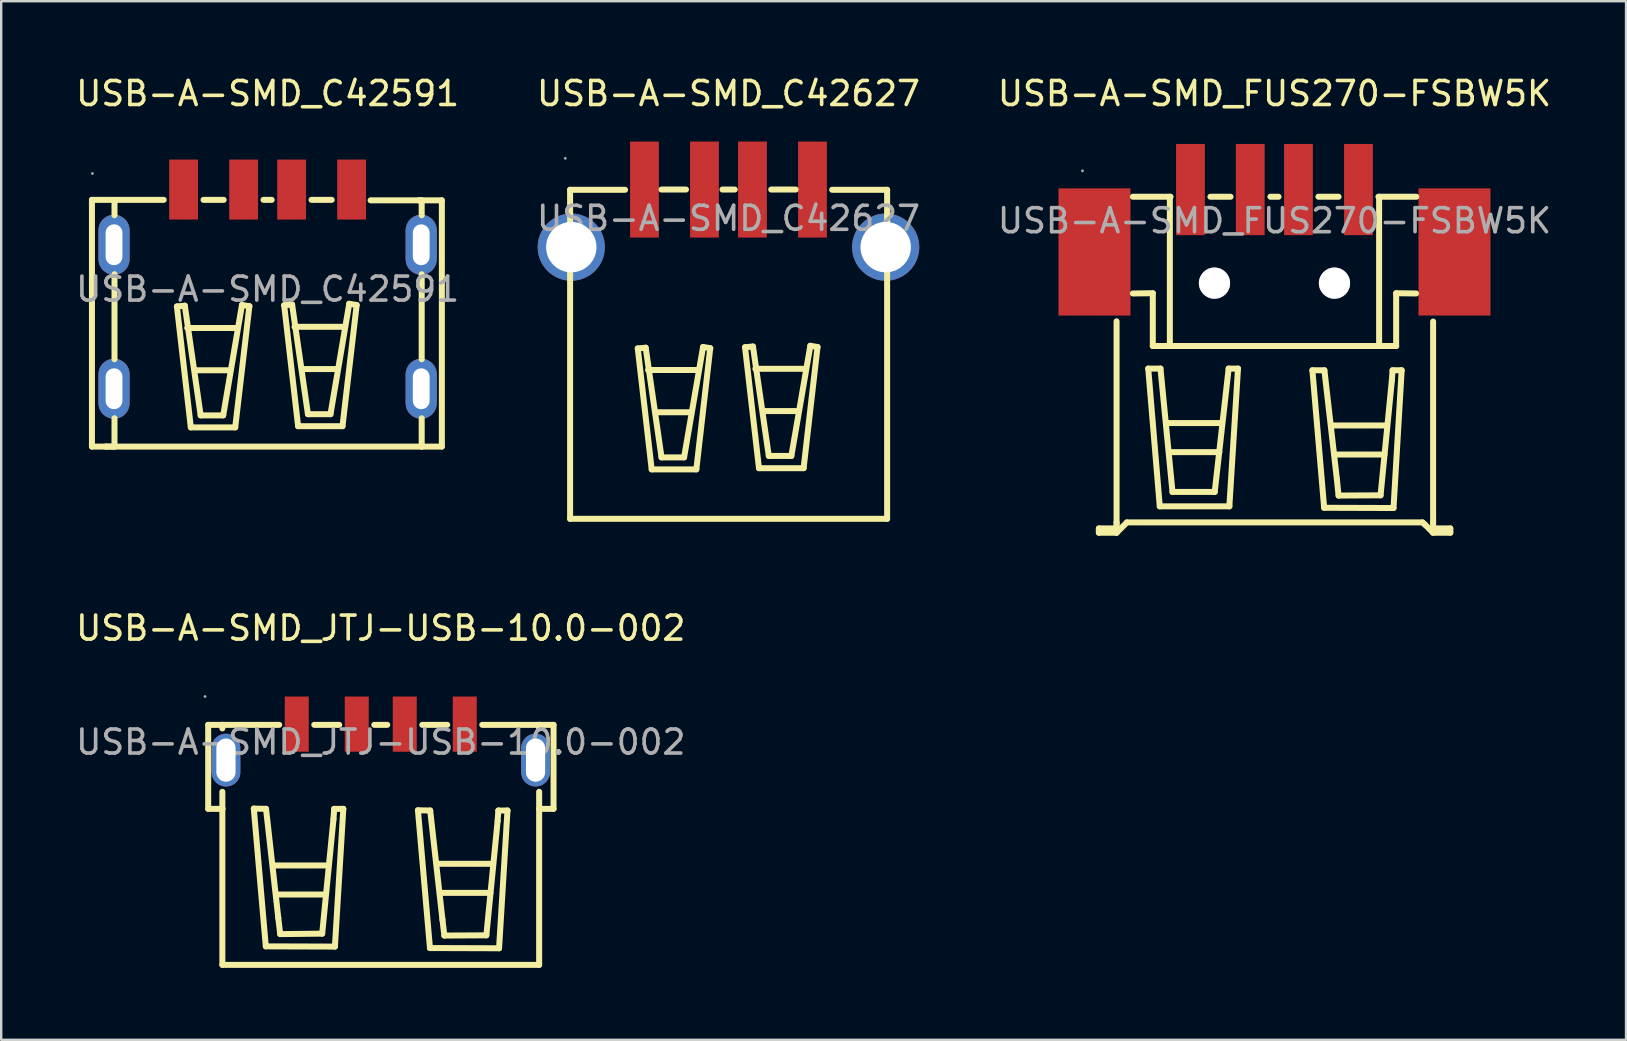
<source format=kicad_pcb>
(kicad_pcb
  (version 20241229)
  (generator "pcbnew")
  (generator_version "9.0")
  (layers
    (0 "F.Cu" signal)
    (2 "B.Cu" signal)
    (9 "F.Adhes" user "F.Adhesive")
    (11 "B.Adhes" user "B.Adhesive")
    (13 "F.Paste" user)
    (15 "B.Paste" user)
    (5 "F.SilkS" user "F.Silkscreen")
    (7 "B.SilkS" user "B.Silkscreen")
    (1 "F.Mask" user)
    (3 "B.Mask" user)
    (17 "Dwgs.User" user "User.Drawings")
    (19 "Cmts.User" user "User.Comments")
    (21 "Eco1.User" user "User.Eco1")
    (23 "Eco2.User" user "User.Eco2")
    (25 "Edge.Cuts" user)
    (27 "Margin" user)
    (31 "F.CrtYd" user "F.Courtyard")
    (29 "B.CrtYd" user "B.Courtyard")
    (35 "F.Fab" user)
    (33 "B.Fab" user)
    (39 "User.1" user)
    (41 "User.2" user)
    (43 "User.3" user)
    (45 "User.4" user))
  (footprint "USB-A-SMD_FUS270-FSBW5K"
    (layer "F.Cu")
    (at 50.054 6.148)
    (property "Reference" "USB-A-SMD_FUS270-FSBW5K" (at 0 -5.3 0) (layer "F.SilkS") (effects (font (size 1 1) (thickness 0.15))))
    (attr through_hole)
    (fp_line (start -7.32 12.82) (end -7.32 13) (stroke (width 0.25) (type solid)) (layer "F.SilkS"))
    (fp_line (start -7.31 12.82) (end -6.58 12.82) (stroke (width 0.25) (type solid)) (layer "F.SilkS"))
    (fp_line (start -7.31 13) (end -6.58 13) (stroke (width 0.25) (type solid)) (layer "F.SilkS"))
    (fp_line (start -6.58 4.19) (end -6.58 12.62) (stroke (width 0.25) (type solid)) (layer "F.SilkS"))
    (fp_line (start -6.58 12.82) (end -6.58 12.57) (stroke (width 0.25) (type solid)) (layer "F.SilkS"))
    (fp_line (start -6.58 13) (end -6.58 12.75) (stroke (width 0.25) (type solid)) (layer "F.SilkS"))
    (fp_line (start -6.15 12.57) (end -6.58 13) (stroke (width 0.25) (type solid)) (layer "F.SilkS"))
    (fp_line (start -5.9 3.03) (end -5.07 3.02) (stroke (width 0.25) (type solid)) (layer "F.SilkS"))
    (fp_line (start -5.26 6.16) (end -4.75 6.16) (stroke (width 0.25) (type solid)) (layer "F.SilkS"))
    (fp_line (start -5.07 3.02) (end -5.07 5.22) (stroke (width 0.25) (type solid)) (layer "F.SilkS"))
    (fp_line (start -5.07 5.22) (end 5.07 5.22) (stroke (width 0.25) (type solid)) (layer "F.SilkS"))
    (fp_line (start -4.78 11.9) (end -5.26 6.16) (stroke (width 0.25) (type solid)) (layer "F.SilkS"))
    (fp_line (start -4.75 6.16) (end -4.25 11.3) (stroke (width 0.25) (type solid)) (layer "F.SilkS"))
    (fp_line (start -4.47 8.43) (end -2.21 8.43) (stroke (width 0.25) (type solid)) (layer "F.SilkS"))
    (fp_line (start -4.36 5.21) (end -4.36 -1) (stroke (width 0.25) (type solid)) (layer "F.SilkS"))
    (fp_line (start -4.33 -1) (end -5.9 -1) (stroke (width 0.25) (type solid)) (layer "F.SilkS"))
    (fp_line (start -4.33 9.64) (end -2.3 9.64) (stroke (width 0.25) (type solid)) (layer "F.SilkS"))
    (fp_line (start -4.25 11.3) (end -2.49 11.3) (stroke (width 0.25) (type solid)) (layer "F.SilkS"))
    (fp_line (start -2.67 -1) (end -1.83 -1) (stroke (width 0.25) (type solid)) (layer "F.SilkS"))
    (fp_line (start -2.49 11.3) (end -1.91 6.16) (stroke (width 0.25) (type solid)) (layer "F.SilkS"))
    (fp_line (start -1.91 6.16) (end -1.52 6.16) (stroke (width 0.25) (type solid)) (layer "F.SilkS"))
    (fp_line (start -1.88 11.9) (end -4.78 11.9) (stroke (width 0.25) (type solid)) (layer "F.SilkS"))
    (fp_line (start -1.52 6.16) (end -1.88 11.9) (stroke (width 0.25) (type solid)) (layer "F.SilkS"))
    (fp_line (start -0.17 -1) (end 0.17 -1) (stroke (width 0.25) (type solid)) (layer "F.SilkS"))
    (fp_line (start 1.58 6.23) (end 2.08 6.23) (stroke (width 0.25) (type solid)) (layer "F.SilkS"))
    (fp_line (start 1.83 -1) (end 2.67 -1) (stroke (width 0.25) (type solid)) (layer "F.SilkS"))
    (fp_line (start 2.07 11.96) (end 1.58 6.23) (stroke (width 0.25) (type solid)) (layer "F.SilkS"))
    (fp_line (start 2.08 6.23) (end 2.6 10.77) (stroke (width 0.25) (type solid)) (layer "F.SilkS"))
    (fp_line (start 2.41 8.53) (end 4.67 8.53) (stroke (width 0.25) (type solid)) (layer "F.SilkS"))
    (fp_line (start 2.55 9.74) (end 4.58 9.74) (stroke (width 0.25) (type solid)) (layer "F.SilkS"))
    (fp_line (start 2.6 10.77) (end 2.67 11.45) (stroke (width 0.25) (type solid)) (layer "F.SilkS"))
    (fp_line (start 2.67 11.45) (end 4.42 11.44) (stroke (width 0.25) (type solid)) (layer "F.SilkS"))
    (fp_line (start 4.33 -1) (end 5.91 -1) (stroke (width 0.25) (type solid)) (layer "F.SilkS"))
    (fp_line (start 4.36 5.22) (end 4.36 -1) (stroke (width 0.25) (type solid)) (layer "F.SilkS"))
    (fp_line (start 4.42 11.44) (end 4.89 6.66) (stroke (width 0.25) (type solid)) (layer "F.SilkS"))
    (fp_line (start 4.89 6.66) (end 4.92 6.23) (stroke (width 0.25) (type solid)) (layer "F.SilkS"))
    (fp_line (start 4.92 6.23) (end 5.3 6.23) (stroke (width 0.25) (type solid)) (layer "F.SilkS"))
    (fp_line (start 4.96 11.97) (end 2.07 11.96) (stroke (width 0.25) (type solid)) (layer "F.SilkS"))
    (fp_line (start 5.07 3.02) (end 5.9 3.03) (stroke (width 0.25) (type solid)) (layer "F.SilkS"))
    (fp_line (start 5.07 5.22) (end 5.07 3.02) (stroke (width 0.25) (type solid)) (layer "F.SilkS"))
    (fp_line (start 5.3 6.23) (end 4.96 11.97) (stroke (width 0.25) (type solid)) (layer "F.SilkS"))
    (fp_line (start 6.17 12.57) (end -6.15 12.57) (stroke (width 0.25) (type solid)) (layer "F.SilkS"))
    (fp_line (start 6.17 12.57) (end 6.27 12.66) (stroke (width 0.25) (type solid)) (layer "F.SilkS"))
    (fp_line (start 6.27 12.66) (end 6.6 12.99) (stroke (width 0.25) (type solid)) (layer "F.SilkS"))
    (fp_line (start 6.61 12.57) (end 6.61 4.2) (stroke (width 0.25) (type solid)) (layer "F.SilkS"))
    (fp_line (start 6.61 12.82) (end 6.61 12.57) (stroke (width 0.25) (type solid)) (layer "F.SilkS"))
    (fp_line (start 6.61 13) (end 6.61 12.75) (stroke (width 0.25) (type solid)) (layer "F.SilkS"))
    (fp_line (start 7.32 12.82) (end 6.61 12.82) (stroke (width 0.25) (type solid)) (layer "F.SilkS"))
    (fp_line (start 7.32 13) (end 6.61 13) (stroke (width 0.25) (type solid)) (layer "F.SilkS"))
    (fp_line (start 7.33 12.82) (end 7.33 13) (stroke (width 0.25) (type solid)) (layer "F.SilkS"))
    (fp_circle (center -8 -2.08) (end -7.97 -2.08) (stroke (width 0.06) (type solid)) (fill no) (layer "F.Fab"))
    (fp_text user "${REFERENCE}" (at 0 0 0) (layer "F.Fab") (effects (font (size 1 1) (thickness 0.15))))
    (pad "" thru_hole circle (at -2.5 2.6) (size 1.3 1.3) (drill 1.3) (layers "*.Cu" "*.Mask"))
    (pad "" thru_hole circle (at 2.5 2.6) (size 1.3 1.3) (drill 1.3) (layers "*.Cu" "*.Mask"))
    (pad "1" smd rect (at -3.5 -1.3) (size 1.2 3.8) (layers "F.Cu" "F.Mask" "F.Paste"))
    (pad "2" smd rect (at -1.01 -1.3) (size 1.2 3.8) (layers "F.Cu" "F.Mask" "F.Paste"))
    (pad "3" smd rect (at 1 -1.3) (size 1.2 3.8) (layers "F.Cu" "F.Mask" "F.Paste"))
    (pad "4" smd rect (at 3.5 -1.3) (size 1.2 3.8) (layers "F.Cu" "F.Mask" "F.Paste"))
    (pad "5" smd rect (at -7.5 1.3) (size 3 5.3) (layers "F.Cu" "F.Mask" "F.Paste"))
    (pad "5" smd rect (at 7.5 1.3) (size 3 5.3) (layers "F.Cu" "F.Mask" "F.Paste")))
  (footprint "USB-A-SMD_C42591"
    (layer "F.Cu")
    (at 8.101 8.998)
    (property "Reference" "USB-A-SMD_C42591" (at 0 -8.15 0) (layer "F.SilkS") (effects (font (size 1 1) (thickness 0.15))))
    (attr through_hole)
    (fp_line (start -7.32 -3.72) (end -7.32 6.49) (stroke (width 0.25) (type solid)) (layer "F.SilkS"))
    (fp_line (start -7.32 -3.72) (end -4.33 -3.72) (stroke (width 0.25) (type solid)) (layer "F.SilkS"))
    (fp_line (start -7.32 6.49) (end -7.32 6.56) (stroke (width 0.25) (type solid)) (layer "F.SilkS"))
    (fp_line (start -7.32 6.56) (end -6.74 6.56) (stroke (width 0.25) (type solid)) (layer "F.SilkS"))
    (fp_line (start -6.74 6.56) (end -6.38 6.56) (stroke (width 0.25) (type solid)) (layer "F.SilkS"))
    (fp_line (start -6.38 -3.08) (end -6.38 -3.72) (stroke (width 0.25) (type solid)) (layer "F.SilkS"))
    (fp_line (start -6.38 2.92) (end -6.38 -0.62) (stroke (width 0.25) (type solid)) (layer "F.SilkS"))
    (fp_line (start -6.38 6.56) (end -6.38 5.38) (stroke (width 0.25) (type solid)) (layer "F.SilkS"))
    (fp_line (start -3.78 0.72) (end -3.2 5.76) (stroke (width 0.25) (type solid)) (layer "F.SilkS"))
    (fp_line (start -3.45 0.69) (end -3.78 0.72) (stroke (width 0.25) (type solid)) (layer "F.SilkS"))
    (fp_line (start -3.35 1.62) (end -1.27 1.62) (stroke (width 0.25) (type solid)) (layer "F.SilkS"))
    (fp_line (start -3.2 5.76) (end -1.35 5.76) (stroke (width 0.25) (type solid)) (layer "F.SilkS"))
    (fp_line (start -3.02 3.38) (end -1.57 3.38) (stroke (width 0.25) (type solid)) (layer "F.SilkS"))
    (fp_line (start -2.79 5.26) (end -3.45 0.69) (stroke (width 0.25) (type solid)) (layer "F.SilkS"))
    (fp_line (start -2.67 -3.72) (end -1.83 -3.72) (stroke (width 0.25) (type solid)) (layer "F.SilkS"))
    (fp_line (start -1.85 5.26) (end -2.79 5.26) (stroke (width 0.25) (type solid)) (layer "F.SilkS"))
    (fp_line (start -1.35 5.76) (end -0.76 0.71) (stroke (width 0.25) (type solid)) (layer "F.SilkS"))
    (fp_line (start -1.07 0.66) (end -1.85 5.26) (stroke (width 0.25) (type solid)) (layer "F.SilkS"))
    (fp_line (start -0.76 0.71) (end -1.07 0.66) (stroke (width 0.25) (type solid)) (layer "F.SilkS"))
    (fp_line (start -0.17 -3.72) (end 0.17 -3.72) (stroke (width 0.25) (type solid)) (layer "F.SilkS"))
    (fp_line (start 0.69 0.67) (end 1.02 0.64) (stroke (width 0.25) (type solid)) (layer "F.SilkS"))
    (fp_line (start 1.02 0.64) (end 1.68 5.21) (stroke (width 0.25) (type solid)) (layer "F.SilkS"))
    (fp_line (start 1.12 1.57) (end 3.2 1.57) (stroke (width 0.25) (type solid)) (layer "F.SilkS"))
    (fp_line (start 1.27 5.71) (end 0.69 0.67) (stroke (width 0.25) (type solid)) (layer "F.SilkS"))
    (fp_line (start 1.45 3.33) (end 2.9 3.33) (stroke (width 0.25) (type solid)) (layer "F.SilkS"))
    (fp_line (start 1.68 5.21) (end 2.62 5.21) (stroke (width 0.25) (type solid)) (layer "F.SilkS"))
    (fp_line (start 1.83 -3.72) (end 2.67 -3.72) (stroke (width 0.25) (type solid)) (layer "F.SilkS"))
    (fp_line (start 2.62 5.21) (end 3.4 0.61) (stroke (width 0.25) (type solid)) (layer "F.SilkS"))
    (fp_line (start 3.12 5.71) (end 1.27 5.71) (stroke (width 0.25) (type solid)) (layer "F.SilkS"))
    (fp_line (start 3.4 0.61) (end 3.71 0.66) (stroke (width 0.25) (type solid)) (layer "F.SilkS"))
    (fp_line (start 3.71 0.66) (end 3.12 5.71) (stroke (width 0.25) (type solid)) (layer "F.SilkS"))
    (fp_line (start 4.29 -3.7) (end 6.42 -3.7) (stroke (width 0.25) (type solid)) (layer "F.SilkS"))
    (fp_line (start 6.42 -3.7) (end 6.42 -3.08) (stroke (width 0.25) (type solid)) (layer "F.SilkS"))
    (fp_line (start 6.42 -0.62) (end 6.42 2.92) (stroke (width 0.25) (type solid)) (layer "F.SilkS"))
    (fp_line (start 6.42 5.38) (end 6.42 6.56) (stroke (width 0.25) (type solid)) (layer "F.SilkS"))
    (fp_line (start 6.42 6.56) (end -6.74 6.56) (stroke (width 0.25) (type solid)) (layer "F.SilkS"))
    (fp_line (start 6.42 6.56) (end 7.26 6.56) (stroke (width 0.25) (type solid)) (layer "F.SilkS"))
    (fp_line (start 7.26 -3.7) (end 6.29 -3.7) (stroke (width 0.25) (type solid)) (layer "F.SilkS"))
    (fp_line (start 7.26 6.56) (end 7.26 -3.7) (stroke (width 0.25) (type solid)) (layer "F.SilkS"))
    (fp_circle (center -7.3 -4.82) (end -7.27 -4.82) (stroke (width 0.06) (type solid)) (fill no) (layer "F.Fab"))
    (fp_text user "${REFERENCE}" (at 0 0 0) (layer "F.Fab") (effects (font (size 1 1) (thickness 0.15))))
    (pad "1" smd rect (at -3.5 -4.15) (size 1.2 2.5) (layers "F.Cu" "F.Mask" "F.Paste"))
    (pad "2" smd rect (at -1 -4.15) (size 1.2 2.5) (layers "F.Cu" "F.Mask" "F.Paste"))
    (pad "3" smd rect (at 1 -4.15) (size 1.2 2.5) (layers "F.Cu" "F.Mask" "F.Paste"))
    (pad "4" smd rect (at 3.5 -4.15) (size 1.2 2.5) (layers "F.Cu" "F.Mask" "F.Paste"))
    (pad "5" thru_hole oval (at 6.4 -1.85) (size 1.3 2.5) (drill oval 0.7 1.7) (layers "*.Cu" "*.Paste" "*.Mask"))
    (pad "6" thru_hole oval (at 6.4 4.15) (size 1.3 2.5) (drill oval 0.7 1.7) (layers "*.Cu" "*.Paste" "*.Mask"))
    (pad "7" thru_hole oval (at -6.4 -1.85) (size 1.3 2.5) (drill oval 0.7 1.7) (layers "*.Cu" "*.Paste" "*.Mask"))
    (pad "8" thru_hole oval (at -6.4 4.15) (size 1.3 2.5) (drill oval 0.7 1.7) (layers "*.Cu" "*.Paste" "*.Mask")))
  (footprint "USB-A-SMD_C42627"
    (layer "F.Cu")
    (at 27.304 6.048)
    (property "Reference" "USB-A-SMD_C42627" (at 0 -5.2 0) (layer "F.SilkS") (effects (font (size 1 1) (thickness 0.15))))
    (attr through_hole)
    (fp_line (start -6.6 -1.19) (end -6.6 12.52) (stroke (width 0.25) (type solid)) (layer "F.SilkS"))
    (fp_line (start -6.6 12.52) (end 6.61 12.52) (stroke (width 0.25) (type solid)) (layer "F.SilkS"))
    (fp_line (start -4.31 -1.19) (end -6.6 -1.19) (stroke (width 0.25) (type solid)) (layer "F.SilkS"))
    (fp_line (start -3.78 5.42) (end -3.2 10.46) (stroke (width 0.25) (type solid)) (layer "F.SilkS"))
    (fp_line (start -3.45 5.39) (end -3.78 5.42) (stroke (width 0.25) (type solid)) (layer "F.SilkS"))
    (fp_line (start -3.35 6.32) (end -1.27 6.32) (stroke (width 0.25) (type solid)) (layer "F.SilkS"))
    (fp_line (start -3.2 10.46) (end -1.34 10.46) (stroke (width 0.25) (type solid)) (layer "F.SilkS"))
    (fp_line (start -3.02 8.08) (end -1.57 8.08) (stroke (width 0.25) (type solid)) (layer "F.SilkS"))
    (fp_line (start -2.79 -1.2) (end -1.77 -1.2) (stroke (width 0.25) (type solid)) (layer "F.SilkS"))
    (fp_line (start -2.79 9.96) (end -3.45 5.39) (stroke (width 0.25) (type solid)) (layer "F.SilkS"))
    (fp_line (start -1.85 9.96) (end -2.79 9.96) (stroke (width 0.25) (type solid)) (layer "F.SilkS"))
    (fp_line (start -1.34 10.46) (end -0.76 5.41) (stroke (width 0.25) (type solid)) (layer "F.SilkS"))
    (fp_line (start -1.06 5.36) (end -1.85 9.96) (stroke (width 0.25) (type solid)) (layer "F.SilkS"))
    (fp_line (start -0.76 5.41) (end -1.06 5.36) (stroke (width 0.25) (type solid)) (layer "F.SilkS"))
    (fp_line (start -0.25 -1.2) (end 0.26 -1.2) (stroke (width 0.25) (type solid)) (layer "F.SilkS"))
    (fp_line (start 0.69 5.37) (end 1.02 5.34) (stroke (width 0.25) (type solid)) (layer "F.SilkS"))
    (fp_line (start 1.02 5.34) (end 1.68 9.9) (stroke (width 0.25) (type solid)) (layer "F.SilkS"))
    (fp_line (start 1.12 6.27) (end 3.2 6.27) (stroke (width 0.25) (type solid)) (layer "F.SilkS"))
    (fp_line (start 1.27 10.41) (end 0.69 5.37) (stroke (width 0.25) (type solid)) (layer "F.SilkS"))
    (fp_line (start 1.45 8.03) (end 2.9 8.03) (stroke (width 0.25) (type solid)) (layer "F.SilkS"))
    (fp_line (start 1.68 9.9) (end 2.62 9.9) (stroke (width 0.25) (type solid)) (layer "F.SilkS"))
    (fp_line (start 2.62 9.9) (end 3.41 5.31) (stroke (width 0.25) (type solid)) (layer "F.SilkS"))
    (fp_line (start 2.8 -1.2) (end 1.78 -1.2) (stroke (width 0.25) (type solid)) (layer "F.SilkS"))
    (fp_line (start 3.13 10.41) (end 1.27 10.41) (stroke (width 0.25) (type solid)) (layer "F.SilkS"))
    (fp_line (start 3.41 5.31) (end 3.71 5.36) (stroke (width 0.25) (type solid)) (layer "F.SilkS"))
    (fp_line (start 3.71 5.36) (end 3.13 10.41) (stroke (width 0.25) (type solid)) (layer "F.SilkS"))
    (fp_line (start 6.61 -1.19) (end 4.32 -1.19) (stroke (width 0.25) (type solid)) (layer "F.SilkS"))
    (fp_line (start 6.61 12.52) (end 6.61 -1.19) (stroke (width 0.25) (type solid)) (layer "F.SilkS"))
    (fp_circle (center -6.55 1.2) (end -5.85 1.2) (stroke (width 1.4) (type solid)) (fill no) (layer "F.Paste"))
    (fp_circle (center 6.55 1.2) (end 7.25 1.2) (stroke (width 1.4) (type solid)) (fill no) (layer "F.Paste"))
    (fp_circle (center -6.8 -2.5) (end -6.77 -2.5) (stroke (width 0.06) (type solid)) (fill no) (layer "F.Fab"))
    (fp_text user "${REFERENCE}" (at 0 0 0) (layer "F.Fab") (effects (font (size 1 1) (thickness 0.15))))
    (pad "1" smd rect (at -3.5 -1.2) (size 1.2 4) (layers "F.Cu" "F.Mask" "F.Paste"))
    (pad "2" smd rect (at -1 -1.2) (size 1.2 4) (layers "F.Cu" "F.Mask" "F.Paste"))
    (pad "3" smd rect (at 1 -1.2) (size 1.2 4) (layers "F.Cu" "F.Mask" "F.Paste"))
    (pad "4" smd rect (at 3.5 -1.2) (size 1.2 4) (layers "F.Cu" "F.Mask" "F.Paste"))
    (pad "5" thru_hole circle (at 6.55 1.2) (size 2.8 2.8) (drill 2.1) (layers "*.Cu" "*.Paste" "*.Mask"))
    (pad "6" thru_hole circle (at -6.55 1.2) (size 2.8 2.8) (drill 2.1) (layers "*.Cu" "*.Paste" "*.Mask")))
  (footprint "USB-A-SMD_JTJ-USB-10.0-002"
    (layer "F.Cu")
    (at 12.815 27.872)
    (property "Reference" "USB-A-SMD_JTJ-USB-10.0-002" (at 0 -4.75 0) (layer "F.SilkS") (effects (font (size 1 1) (thickness 0.15))))
    (attr through_hole)
    (fp_line (start -7.19 2.78) (end -7.19 -0.72) (stroke (width 0.25) (type solid)) (layer "F.SilkS"))
    (fp_line (start -6.6 -0.57) (end -6.6 -0.72) (stroke (width 0.25) (type solid)) (layer "F.SilkS"))
    (fp_line (start -6.6 9.28) (end -6.6 2.07) (stroke (width 0.25) (type solid)) (layer "F.SilkS"))
    (fp_line (start -6.6 9.28) (end 6.6 9.28) (stroke (width 0.25) (type solid)) (layer "F.SilkS"))
    (fp_line (start -6.59 -0.72) (end -7.19 -0.72) (stroke (width 0.25) (type solid)) (layer "F.SilkS"))
    (fp_line (start -6.59 -0.72) (end -4.23 -0.72) (stroke (width 0.25) (type solid)) (layer "F.SilkS"))
    (fp_line (start -6.59 2.78) (end -7.19 2.78) (stroke (width 0.25) (type solid)) (layer "F.SilkS"))
    (fp_line (start -5.29 2.77) (end -4.78 2.78) (stroke (width 0.25) (type solid)) (layer "F.SilkS"))
    (fp_line (start -4.79 8.51) (end -5.29 2.77) (stroke (width 0.25) (type solid)) (layer "F.SilkS"))
    (fp_line (start -4.78 2.78) (end -4.27 7.32) (stroke (width 0.25) (type solid)) (layer "F.SilkS"))
    (fp_line (start -4.45 5.14) (end -2.19 5.14) (stroke (width 0.25) (type solid)) (layer "F.SilkS"))
    (fp_line (start -4.31 6.35) (end -2.28 6.35) (stroke (width 0.25) (type solid)) (layer "F.SilkS"))
    (fp_line (start -4.27 7.32) (end -4.19 8) (stroke (width 0.25) (type solid)) (layer "F.SilkS"))
    (fp_line (start -4.19 8) (end -2.44 7.98) (stroke (width 0.25) (type solid)) (layer "F.SilkS"))
    (fp_line (start -2.77 -0.72) (end -1.73 -0.72) (stroke (width 0.25) (type solid)) (layer "F.SilkS"))
    (fp_line (start -2.44 7.98) (end -1.97 3.21) (stroke (width 0.25) (type solid)) (layer "F.SilkS"))
    (fp_line (start -1.97 3.21) (end -1.94 2.78) (stroke (width 0.25) (type solid)) (layer "F.SilkS"))
    (fp_line (start -1.94 2.78) (end -1.56 2.78) (stroke (width 0.25) (type solid)) (layer "F.SilkS"))
    (fp_line (start -1.91 8.52) (end -4.79 8.51) (stroke (width 0.25) (type solid)) (layer "F.SilkS"))
    (fp_line (start -1.56 2.78) (end -1.91 8.52) (stroke (width 0.25) (type solid)) (layer "F.SilkS"))
    (fp_line (start -0.27 -0.72) (end 0.27 -0.72) (stroke (width 0.25) (type solid)) (layer "F.SilkS"))
    (fp_line (start 1.55 2.84) (end 2.06 2.85) (stroke (width 0.25) (type solid)) (layer "F.SilkS"))
    (fp_line (start 1.73 -0.72) (end 2.77 -0.72) (stroke (width 0.25) (type solid)) (layer "F.SilkS"))
    (fp_line (start 2.05 8.58) (end 1.55 2.84) (stroke (width 0.25) (type solid)) (layer "F.SilkS"))
    (fp_line (start 2.06 2.85) (end 2.57 7.39) (stroke (width 0.25) (type solid)) (layer "F.SilkS"))
    (fp_line (start 2.4 5.07) (end 4.66 5.07) (stroke (width 0.25) (type solid)) (layer "F.SilkS"))
    (fp_line (start 2.54 6.28) (end 4.57 6.28) (stroke (width 0.25) (type solid)) (layer "F.SilkS"))
    (fp_line (start 2.57 7.39) (end 2.65 8.06) (stroke (width 0.25) (type solid)) (layer "F.SilkS"))
    (fp_line (start 2.65 8.06) (end 4.4 8.05) (stroke (width 0.25) (type solid)) (layer "F.SilkS"))
    (fp_line (start 4.23 -0.72) (end 6.6 -0.72) (stroke (width 0.25) (type solid)) (layer "F.SilkS"))
    (fp_line (start 4.4 8.05) (end 4.87 3.28) (stroke (width 0.25) (type solid)) (layer "F.SilkS"))
    (fp_line (start 4.87 3.28) (end 4.9 2.85) (stroke (width 0.25) (type solid)) (layer "F.SilkS"))
    (fp_line (start 4.9 2.85) (end 5.28 2.85) (stroke (width 0.25) (type solid)) (layer "F.SilkS"))
    (fp_line (start 4.93 8.59) (end 2.05 8.58) (stroke (width 0.25) (type solid)) (layer "F.SilkS"))
    (fp_line (start 5.28 2.85) (end 4.93 8.59) (stroke (width 0.25) (type solid)) (layer "F.SilkS"))
    (fp_line (start 6.6 -0.72) (end 7.2 -0.72) (stroke (width 0.25) (type solid)) (layer "F.SilkS"))
    (fp_line (start 6.6 -0.57) (end 6.6 -0.72) (stroke (width 0.25) (type solid)) (layer "F.SilkS"))
    (fp_line (start 6.6 2.78) (end 7.2 2.78) (stroke (width 0.25) (type solid)) (layer "F.SilkS"))
    (fp_line (start 6.6 9.28) (end 6.6 2.07) (stroke (width 0.25) (type solid)) (layer "F.SilkS"))
    (fp_line (start 7.2 -0.72) (end 7.2 2.78) (stroke (width 0.25) (type solid)) (layer "F.SilkS"))
    (fp_circle (center -7.32 -1.9) (end -7.29 -1.9) (stroke (width 0.06) (type solid)) (fill no) (layer "F.Fab"))
    (fp_text user "${REFERENCE}" (at 0 0 0) (layer "F.Fab") (effects (font (size 1 1) (thickness 0.15))))
    (pad "1" smd rect (at -3.5 -0.75 180) (size 1 2.3) (layers "F.Cu" "F.Mask" "F.Paste"))
    (pad "2" smd rect (at -1 -0.75 180) (size 1 2.3) (layers "F.Cu" "F.Mask" "F.Paste"))
    (pad "3" smd rect (at 1 -0.75 180) (size 1 2.3) (layers "F.Cu" "F.Mask" "F.Paste"))
    (pad "4" smd rect (at 3.5 -0.75 180) (size 1 2.3) (layers "F.Cu" "F.Mask" "F.Paste"))
    (pad "5" thru_hole oval (at 6.45 0.75 90) (size 2.2 1.2) (drill oval 1.8 0.8) (layers "*.Cu" "*.Paste" "*.Mask"))
    (pad "6" thru_hole oval (at -6.45 0.75 270) (size 2.2 1.2) (drill oval 1.8 0.8) (layers "*.Cu" "*.Paste" "*.Mask")))
  (gr_rect
    (start -3 -3)
    (end 64.702 40.276)
    (stroke (width 0.1) (type default))
    (fill no)
    (layer "Edge.Cuts")))
</source>
